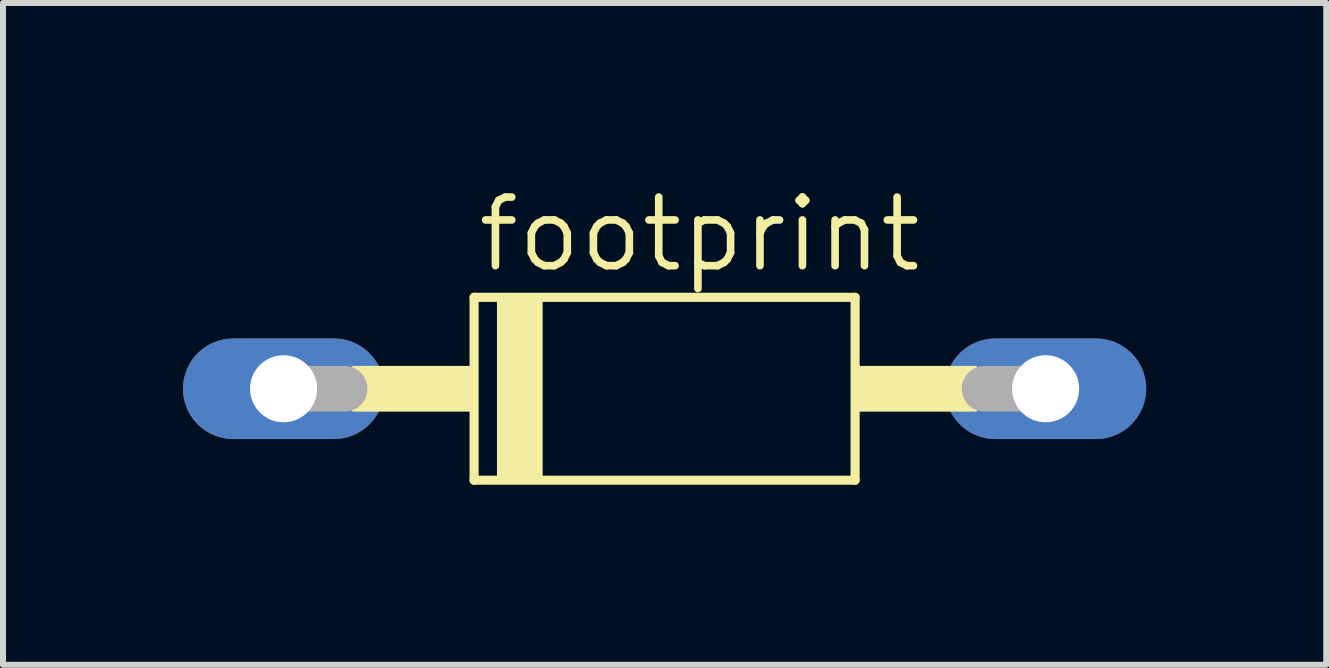
<source format=kicad_pcb>
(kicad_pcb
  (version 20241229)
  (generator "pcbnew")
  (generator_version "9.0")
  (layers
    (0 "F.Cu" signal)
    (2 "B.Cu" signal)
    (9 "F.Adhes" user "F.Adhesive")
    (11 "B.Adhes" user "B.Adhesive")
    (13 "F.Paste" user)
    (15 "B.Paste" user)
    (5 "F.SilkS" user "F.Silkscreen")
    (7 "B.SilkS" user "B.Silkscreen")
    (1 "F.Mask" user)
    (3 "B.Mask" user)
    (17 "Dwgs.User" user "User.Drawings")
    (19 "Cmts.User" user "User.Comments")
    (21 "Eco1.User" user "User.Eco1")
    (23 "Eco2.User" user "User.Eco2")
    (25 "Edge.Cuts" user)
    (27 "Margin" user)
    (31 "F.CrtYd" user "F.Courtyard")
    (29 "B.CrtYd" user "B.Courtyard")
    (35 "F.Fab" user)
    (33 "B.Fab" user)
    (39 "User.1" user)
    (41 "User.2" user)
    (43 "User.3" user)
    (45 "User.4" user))
  (footprint "footprint"
    (layer "F.Cu")
    (at 8.026 3.429)
    (property "Reference" "footprint" (at -3.175 -1.905 0) (layer "F.SilkS") (effects (font (size 1.143 1.143) (thickness 0.127)) (justify left bottom)))
    (fp_line (start -3.175 -1.524) (end -3.175 1.524) (stroke (width 0.152) (type solid)) (layer "F.SilkS"))
    (fp_line (start -3.175 1.524) (end 3.175 1.524) (stroke (width 0.152) (type solid)) (layer "F.SilkS"))
    (fp_line (start 3.175 -1.524) (end -3.175 -1.524) (stroke (width 0.152) (type solid)) (layer "F.SilkS"))
    (fp_line (start 3.175 1.524) (end 3.175 -1.524) (stroke (width 0.152) (type solid)) (layer "F.SilkS"))
    (fp_poly (pts (xy -5.207 0.381) (xy -3.175 0.381) (xy -3.175 -0.381) (xy -5.207 -0.381)) (stroke (width 0) (type solid)) (fill yes) (layer "F.SilkS"))
    (fp_poly (pts (xy -2.794 1.524) (xy -2.032 1.524) (xy -2.032 -1.524) (xy -2.794 -1.524)) (stroke (width 0) (type solid)) (fill yes) (layer "F.SilkS"))
    (fp_poly (pts (xy 3.175 0.381) (xy 5.207 0.381) (xy 5.207 -0.381) (xy 3.175 -0.381)) (stroke (width 0) (type solid)) (fill yes) (layer "F.SilkS"))
    (fp_line (start -6.35 0) (end -5.334 0) (stroke (width 0.762) (type solid)) (layer "F.Fab"))
    (fp_line (start 6.35 0) (end 5.334 0) (stroke (width 0.762) (type solid)) (layer "F.Fab"))
    (pad "A" thru_hole oval (at 6.35 0) (size 3.353 1.676) (drill 1.118) (layers "*.Cu" "*.Mask"))
    (pad "C" thru_hole oval (at -6.35 0) (size 3.353 1.676) (drill 1.118) (layers "*.Cu" "*.Mask")))
  (gr_rect
    (start -3 -3)
    (end 19.053 8.029)
    (stroke (width 0.1) (type default))
    (fill no)
    (layer "Edge.Cuts")))
</source>
